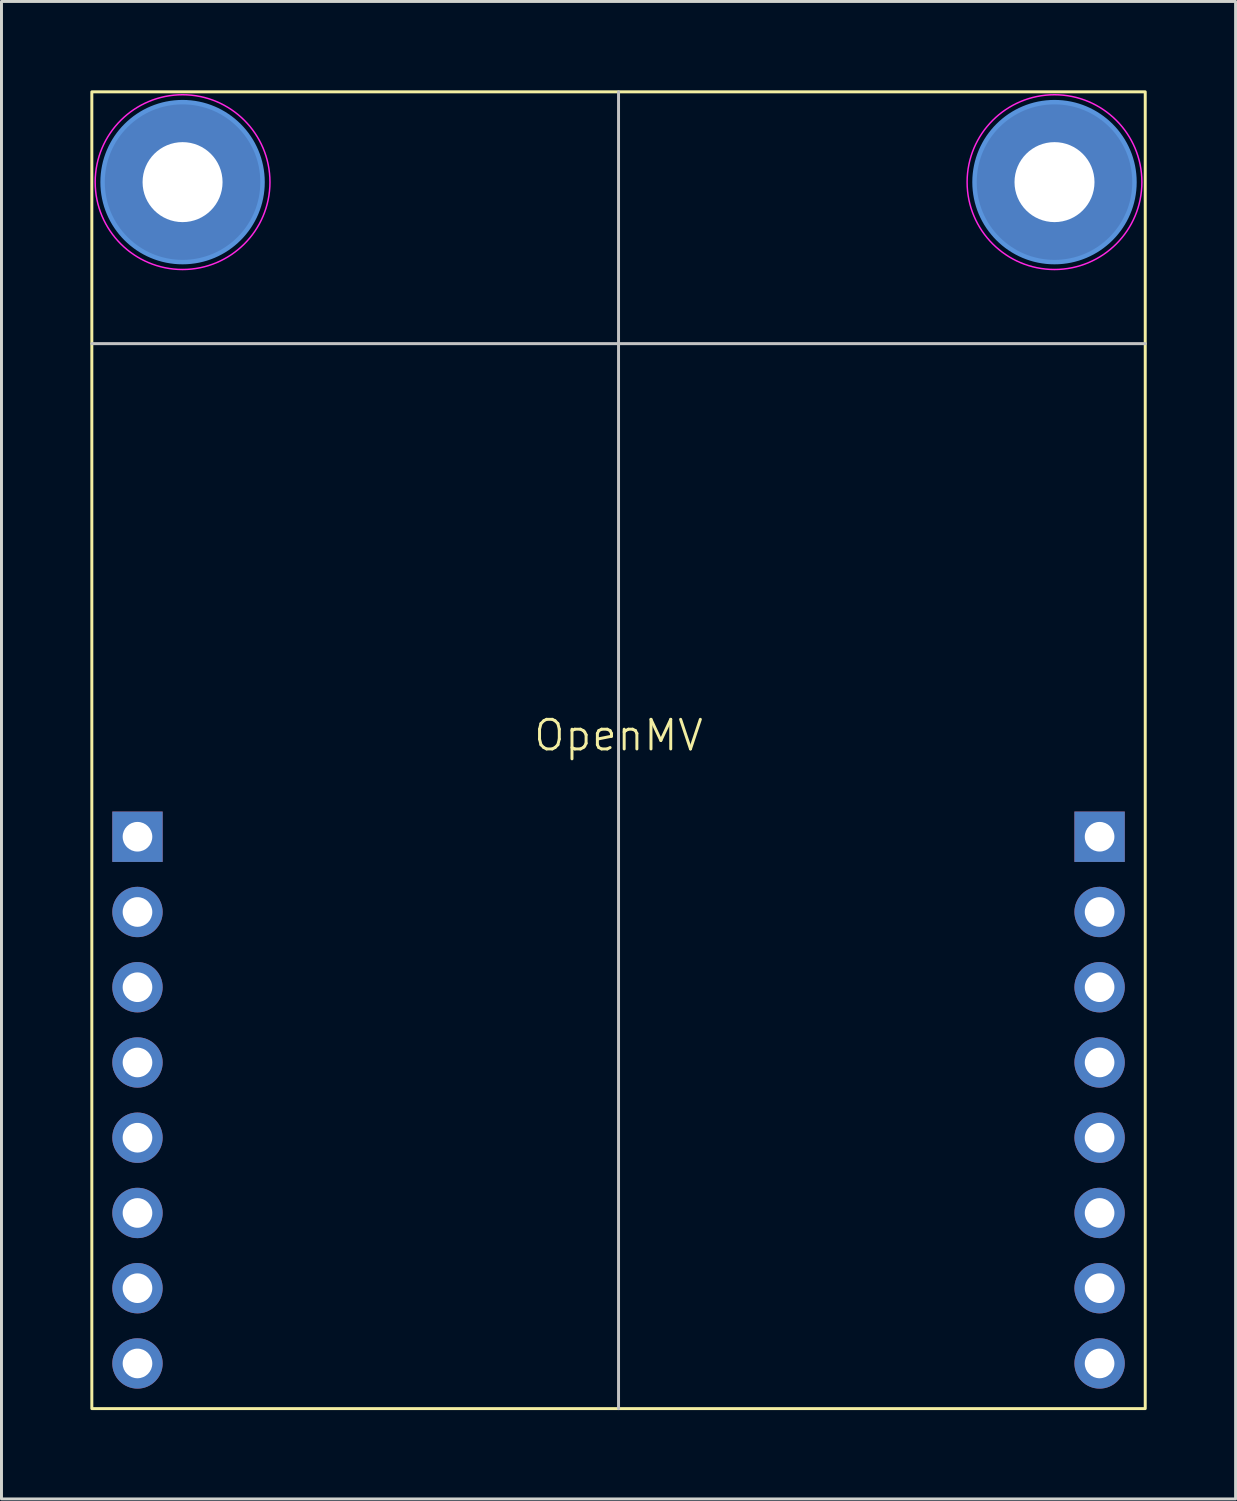
<source format=kicad_pcb>
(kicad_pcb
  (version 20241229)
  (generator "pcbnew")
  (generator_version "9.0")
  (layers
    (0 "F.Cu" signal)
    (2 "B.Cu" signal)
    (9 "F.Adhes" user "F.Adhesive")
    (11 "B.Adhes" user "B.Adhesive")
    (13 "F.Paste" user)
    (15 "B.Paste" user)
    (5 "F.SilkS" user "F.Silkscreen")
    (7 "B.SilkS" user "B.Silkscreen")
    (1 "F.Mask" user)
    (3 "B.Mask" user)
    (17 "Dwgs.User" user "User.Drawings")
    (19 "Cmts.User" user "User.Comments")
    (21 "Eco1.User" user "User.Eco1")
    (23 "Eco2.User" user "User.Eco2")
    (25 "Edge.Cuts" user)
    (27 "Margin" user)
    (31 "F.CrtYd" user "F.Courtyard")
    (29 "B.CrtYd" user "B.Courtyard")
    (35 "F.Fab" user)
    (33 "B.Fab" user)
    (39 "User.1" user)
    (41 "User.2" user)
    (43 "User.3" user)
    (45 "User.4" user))
  (footprint "OpenMV"
    (layer "F.Cu")
    (at 17.83 8.535)
    (property "Reference" "OpenMV" (at 0 13.24 0) (unlocked yes) (layer "F.SilkS") (effects (font (size 1 1) (thickness 0.1))))
    (attr through_hole)
    (fp_rect (start -17.78 -8.485) (end 17.78 35.965) (stroke (width 0.1) (type default)) (fill no) (layer "F.SilkS"))
    (fp_line (start 0 -8.485) (end 0 35.965) (stroke (width 0.1) (type default)) (layer "Dwgs.User"))
    (fp_line (start 17.78 0.015) (end -17.78 0.015) (stroke (width 0.1) (type default)) (layer "Dwgs.User"))
    (fp_circle (center -14.717 -5.437) (end -12.017 -5.437) (stroke (width 0.15) (type solid)) (fill no) (layer "Cmts.User"))
    (fp_circle (center 14.717 -5.437) (end 17.417 -5.437) (stroke (width 0.15) (type solid)) (fill no) (layer "Cmts.User"))
    (fp_circle (center -14.717 -5.437) (end -11.767 -5.437) (stroke (width 0.05) (type solid)) (fill no) (layer "F.CrtYd"))
    (fp_circle (center 14.717 -5.437) (end 17.667 -5.437) (stroke (width 0.05) (type solid)) (fill no) (layer "F.CrtYd"))
    (pad "" thru_hole circle (at -14.717 -5.437) (size 5.4 5.4) (drill 2.7) (layers "*.Cu" "*.Mask"))
    (pad "" thru_hole circle (at 14.717 -5.437) (size 5.4 5.4) (drill 2.7) (layers "*.Cu" "*.Mask"))
    (pad "1" thru_hole rect (at -16.239 16.661) (size 1.7 1.7) (drill 1) (layers "*.Cu" "*.Mask"))
    (pad "2" thru_hole oval (at -16.239 19.201) (size 1.7 1.7) (drill 1) (layers "*.Cu" "*.Mask"))
    (pad "3" thru_hole oval (at -16.239 21.741) (size 1.7 1.7) (drill 1) (layers "*.Cu" "*.Mask"))
    (pad "4" thru_hole oval (at -16.239 24.281) (size 1.7 1.7) (drill 1) (layers "*.Cu" "*.Mask"))
    (pad "5" thru_hole oval (at -16.239 26.821) (size 1.7 1.7) (drill 1) (layers "*.Cu" "*.Mask"))
    (pad "6" thru_hole oval (at -16.239 29.361) (size 1.7 1.7) (drill 1) (layers "*.Cu" "*.Mask"))
    (pad "7" thru_hole oval (at -16.239 31.901) (size 1.7 1.7) (drill 1) (layers "*.Cu" "*.Mask"))
    (pad "8" thru_hole oval (at -16.239 34.441) (size 1.7 1.7) (drill 1) (layers "*.Cu" "*.Mask"))
    (pad "9" thru_hole rect (at 16.239 16.661) (size 1.7 1.7) (drill 1) (layers "*.Cu" "*.Mask"))
    (pad "10" thru_hole oval (at 16.239 19.201) (size 1.7 1.7) (drill 1) (layers "*.Cu" "*.Mask"))
    (pad "11" thru_hole oval (at 16.239 21.741) (size 1.7 1.7) (drill 1) (layers "*.Cu" "*.Mask"))
    (pad "12" thru_hole oval (at 16.239 24.281) (size 1.7 1.7) (drill 1) (layers "*.Cu" "*.Mask"))
    (pad "13" thru_hole oval (at 16.239 26.821) (size 1.7 1.7) (drill 1) (layers "*.Cu" "*.Mask"))
    (pad "14" thru_hole oval (at 16.239 29.361) (size 1.7 1.7) (drill 1) (layers "*.Cu" "*.Mask"))
    (pad "15" thru_hole oval (at 16.239 31.901) (size 1.7 1.7) (drill 1) (layers "*.Cu" "*.Mask"))
    (pad "16" thru_hole oval (at 16.239 34.441) (size 1.7 1.7) (drill 1) (layers "*.Cu" "*.Mask")))
  (gr_rect
    (start -3 -3)
    (end 38.66 47.55)
    (stroke (width 0.1) (type default))
    (fill no)
    (layer "Edge.Cuts")))
</source>
